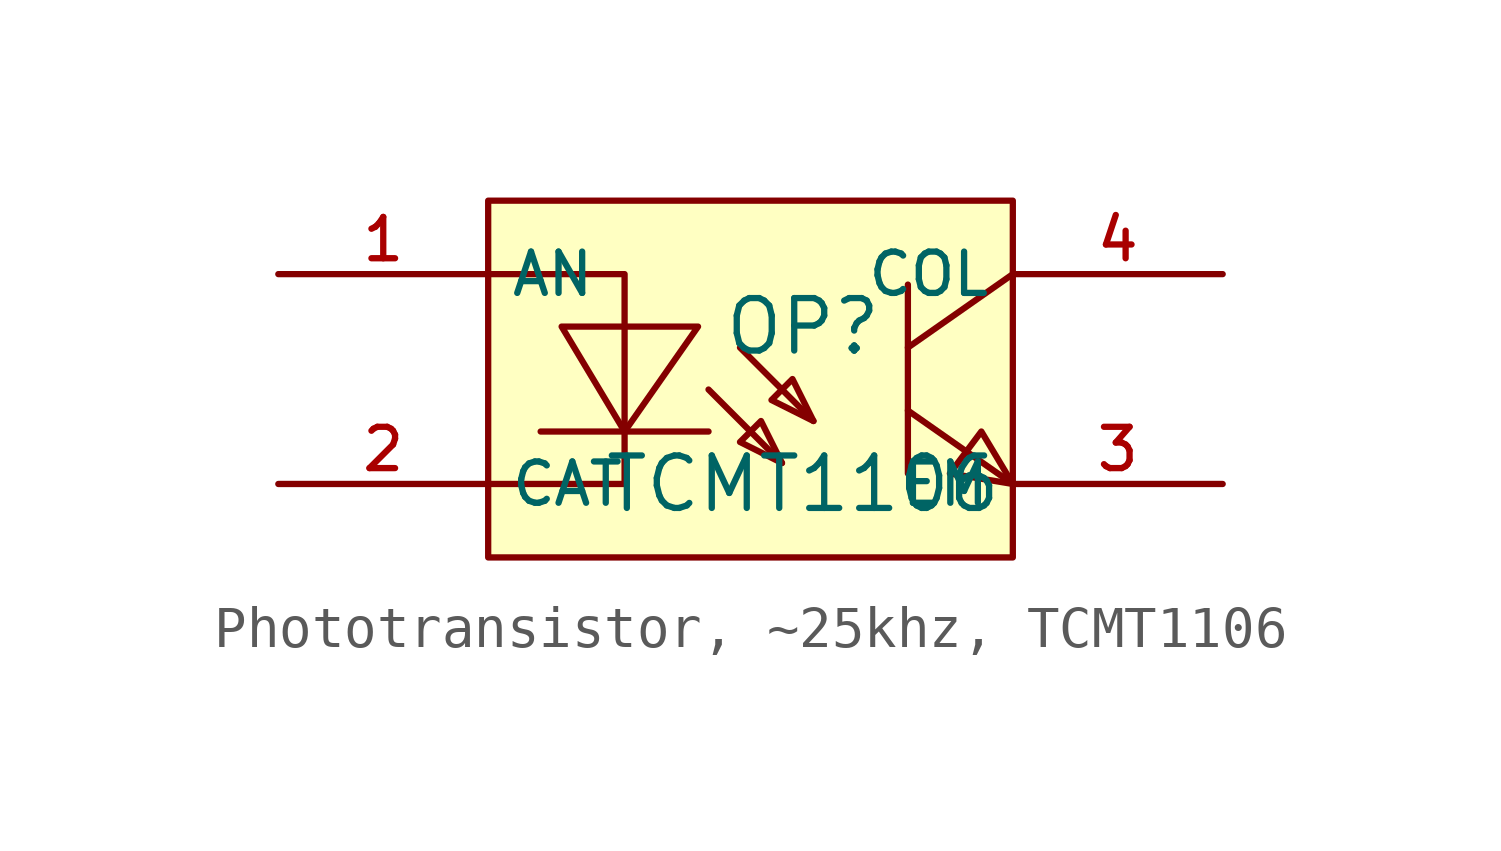
<source format=kicad_sym>
(kicad_symbol_lib
  (version 20231120)
  (generator "CDFER_Archive_Tool")
  (generator_version "0.0")
  (symbol "Phototransistor, ~25khz, TCMT1106"
    (property "Reference" "OP"
      (at 0 1.27 0)
      (effects (font (size 1.27 1.27))))
    (property "Value" "TCMT1106"
      (at 0 -2.54 0)
      (effects (font (size 1.27 1.27))))
    (symbol "Phototransistor, ~25khz, TCMT1106_0_1"
      (rectangle (start -7.62 4.318) (end 5.08 -4.318) (stroke (width 0) (type default)) (fill (type background)))
      (polyline (pts (xy -2.286 -1.27) (xy -6.35 -1.27)) (stroke (width 0) (type default)) (fill (type none)))
      (polyline (pts (xy -2.286 -0.254) (xy -0.508 -2.032)) (stroke (width 0) (type default)) (fill (type none)))
      (polyline (pts (xy -1.524 0.762) (xy 0.254 -1.016)) (stroke (width 0) (type default)) (fill (type none)))
      (polyline (pts (xy 2.54 -0.762) (xy 5.08 -2.54)) (stroke (width 0) (type default)) (fill (type none)))
      (polyline (pts (xy 2.54 2.286) (xy 2.54 -2.286)) (stroke (width 0) (type default)) (fill (type none)))
      (polyline (pts (xy 5.08 2.54) (xy 2.54 0.762)) (stroke (width 0) (type default)) (fill (type none)))
      (polyline (pts (xy -7.62 2.54) (xy -4.318 2.54) (xy -4.318 -2.54) (xy -7.62 -2.54)) (stroke (width 0) (type default)) (fill (type none)))
      (polyline (pts (xy -5.842 1.27) (xy -4.318 -1.27) (xy -2.54 1.27) (xy -5.842 1.27)) (stroke (width 0) (type default)) (fill (type background)))
      (polyline (pts (xy -0.508 -2.032) (xy -1.016 -1.016) (xy -1.524 -1.524) (xy -0.508 -2.032)) (stroke (width 0) (type default)) (fill (type background)))
      (polyline (pts (xy 0.254 -1.016) (xy -0.254 0) (xy -0.762 -0.508) (xy 0.254 -1.016)) (stroke (width 0) (type default)) (fill (type background)))
      (polyline (pts (xy 5.08 -2.54) (xy 4.318 -1.27) (xy 3.556 -2.286) (xy 5.08 -2.54)) (stroke (width 0) (type default)) (fill (type background)))
      (pin unspecified line (at -12.7 2.54 0) (length 5.08) (name "AN" (effects (font (size 1 1)))) (number "1" (effects (font (size 1 1)))))
      (pin unspecified line (at -12.7 -2.54 0) (length 5.08) (name "CAT" (effects (font (size 1 1)))) (number "2" (effects (font (size 1 1)))))
      (pin unspecified line (at 10.16 -2.54 180) (length 5.08) (name "EM" (effects (font (size 1 1)))) (number "3" (effects (font (size 1 1)))))
      (pin unspecified line (at 10.16 2.54 180) (length 5.08) (name "COL" (effects (font (size 1 1)))) (number "4" (effects (font (size 1 1))))))))
</source>
